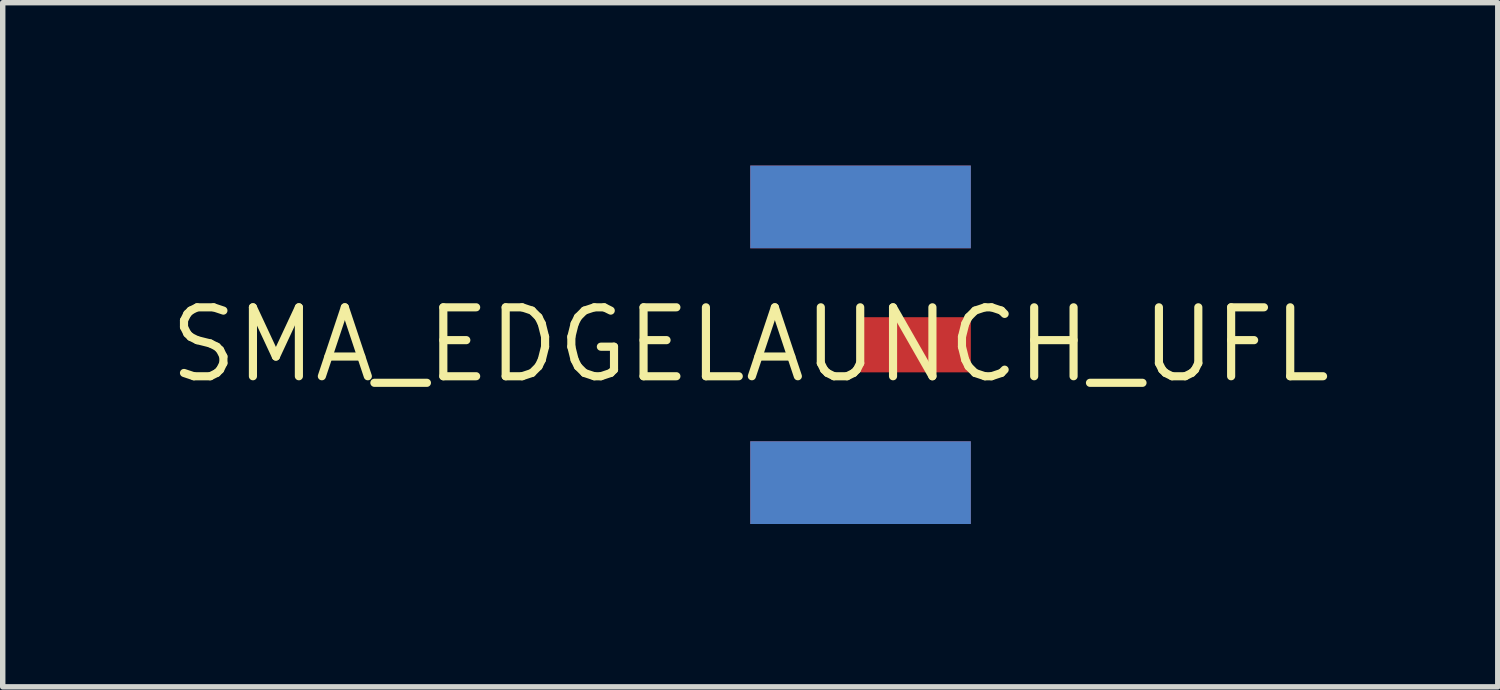
<source format=kicad_pcb>
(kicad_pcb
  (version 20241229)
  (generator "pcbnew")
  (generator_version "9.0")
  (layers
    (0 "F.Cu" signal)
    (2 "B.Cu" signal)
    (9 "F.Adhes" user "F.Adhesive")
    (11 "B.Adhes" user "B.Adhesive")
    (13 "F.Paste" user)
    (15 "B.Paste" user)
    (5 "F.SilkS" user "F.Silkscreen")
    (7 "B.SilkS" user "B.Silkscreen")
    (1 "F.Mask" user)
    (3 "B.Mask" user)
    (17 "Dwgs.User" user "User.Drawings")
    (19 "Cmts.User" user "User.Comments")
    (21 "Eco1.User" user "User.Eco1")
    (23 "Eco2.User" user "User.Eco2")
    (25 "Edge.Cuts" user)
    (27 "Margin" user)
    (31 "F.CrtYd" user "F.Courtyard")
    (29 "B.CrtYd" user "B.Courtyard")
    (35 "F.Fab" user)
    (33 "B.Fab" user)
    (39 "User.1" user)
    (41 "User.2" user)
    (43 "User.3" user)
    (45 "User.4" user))
  (footprint "SMA_EDGELAUNCH_UFL"
    (layer "F.Cu")
    (at 10.772 3.302)
    (property "Reference" "SMA_EDGELAUNCH_UFL" (at 0 0 0) (layer "F.SilkS") (effects (font (size 1.27 1.27) (thickness 0.15))))
    (fp_rect (start 0.889 -0.938) (end 3.226 -1.853) (stroke (width 0) (type default)) (fill yes) (layer "F.Mask"))
    (fp_rect (start 3.226 0.938) (end 0.889 1.853) (stroke (width 0) (type default)) (fill yes) (layer "F.Mask"))
    (fp_rect (start 0.991 -0.989) (end 3.124 -1.802) (stroke (width 0) (type default)) (fill yes) (layer "F.Paste"))
    (fp_rect (start 3.124 0.989) (end 0.991 1.802) (stroke (width 0) (type default)) (fill yes) (layer "F.Paste"))
    (fp_rect (start 3.2 0.483) (end 3.962 -0.482) (stroke (width 0) (type default)) (fill yes) (layer "F.Paste"))
    (fp_line (start -9.207 2.54) (end -9.207 -2.54) (stroke (width 0.203) (type solid)) (layer "User.4"))
    (fp_line (start -8.255 -2.54) (end -9.207 -2.54) (stroke (width 0.203) (type solid)) (layer "User.4"))
    (fp_line (start -8.255 -2.54) (end -8.255 -3.175) (stroke (width 0.203) (type solid)) (layer "User.4"))
    (fp_line (start -8.255 2.54) (end -9.207 2.54) (stroke (width 0.203) (type solid)) (layer "User.4"))
    (fp_line (start -8.255 2.54) (end -8.255 -2.54) (stroke (width 0.203) (type solid)) (layer "User.4"))
    (fp_line (start -8.255 3.175) (end -8.255 2.54) (stroke (width 0.203) (type solid)) (layer "User.4"))
    (fp_line (start -7.62 -3.175) (end -8.255 -3.175) (stroke (width 0.203) (type solid)) (layer "User.4"))
    (fp_line (start -7.62 3.175) (end -8.255 -3.175) (stroke (width 0.203) (type solid)) (layer "User.4"))
    (fp_line (start -7.62 3.175) (end -8.255 3.175) (stroke (width 0.203) (type solid)) (layer "User.4"))
    (fp_line (start -6.985 -3.175) (end -7.62 -3.175) (stroke (width 0.203) (type solid)) (layer "User.4"))
    (fp_line (start -6.985 3.175) (end -7.62 -3.175) (stroke (width 0.203) (type solid)) (layer "User.4"))
    (fp_line (start -6.985 3.175) (end -7.62 3.175) (stroke (width 0.203) (type solid)) (layer "User.4"))
    (fp_line (start -6.35 -3.175) (end -6.985 -3.175) (stroke (width 0.203) (type solid)) (layer "User.4"))
    (fp_line (start -6.35 3.175) (end -6.985 -3.175) (stroke (width 0.203) (type solid)) (layer "User.4"))
    (fp_line (start -6.35 3.175) (end -6.985 3.175) (stroke (width 0.203) (type solid)) (layer "User.4"))
    (fp_line (start -5.715 -3.175) (end -6.35 -3.175) (stroke (width 0.203) (type solid)) (layer "User.4"))
    (fp_line (start -5.715 3.175) (end -6.35 -3.175) (stroke (width 0.203) (type solid)) (layer "User.4"))
    (fp_line (start -5.715 3.175) (end -6.35 3.175) (stroke (width 0.203) (type solid)) (layer "User.4"))
    (fp_line (start -5.08 -3.175) (end -5.715 -3.175) (stroke (width 0.203) (type solid)) (layer "User.4"))
    (fp_line (start -5.08 3.175) (end -5.715 -3.175) (stroke (width 0.203) (type solid)) (layer "User.4"))
    (fp_line (start -5.08 3.175) (end -5.715 3.175) (stroke (width 0.203) (type solid)) (layer "User.4"))
    (fp_line (start -4.445 -3.175) (end -5.08 -3.175) (stroke (width 0.203) (type solid)) (layer "User.4"))
    (fp_line (start -4.445 3.175) (end -5.08 -3.175) (stroke (width 0.203) (type solid)) (layer "User.4"))
    (fp_line (start -4.445 3.175) (end -5.08 3.175) (stroke (width 0.203) (type solid)) (layer "User.4"))
    (fp_line (start -3.81 3.175) (end -4.445 -3.175) (stroke (width 0.203) (type solid)) (layer "User.4"))
    (fp_line (start -3.493 -3.175) (end -4.445 -3.175) (stroke (width 0.203) (type solid)) (layer "User.4"))
    (fp_line (start -3.493 -2.54) (end -3.493 -3.175) (stroke (width 0.203) (type solid)) (layer "User.4"))
    (fp_line (start -3.493 3.175) (end -4.445 3.175) (stroke (width 0.203) (type solid)) (layer "User.4"))
    (fp_line (start -3.493 3.175) (end -3.493 2.54) (stroke (width 0.203) (type solid)) (layer "User.4"))
    (fp_line (start -1.587 -2.54) (end -3.493 -2.54) (stroke (width 0.203) (type solid)) (layer "User.4"))
    (fp_line (start -1.587 2.54) (end -3.493 2.54) (stroke (width 0.203) (type solid)) (layer "User.4"))
    (fp_line (start -1.587 2.54) (end -1.587 -2.54) (stroke (width 0.203) (type solid)) (layer "User.4"))
    (fp_line (start 0.757 -0.7) (end 0.757 -2.1) (stroke (width 0.203) (type solid)) (layer "User.4"))
    (fp_line (start 0.757 2.1) (end 0.757 0.7) (stroke (width 0.203) (type solid)) (layer "User.4"))
    (fp_line (start 3.357 -2.1) (end 0.757 -2.1) (stroke (width 0.203) (type solid)) (layer "User.4"))
    (fp_line (start 3.357 -0.7) (end 3.357 -2.1) (stroke (width 0.203) (type solid)) (layer "User.4"))
    (fp_line (start 3.357 2.1) (end 0.757 2.1) (stroke (width 0.203) (type solid)) (layer "User.4"))
    (fp_line (start 3.357 2.1) (end 3.357 0.7) (stroke (width 0.203) (type solid)) (layer "User.4"))
    (fp_line (start 3.457 -0.7) (end 3.457 -2) (stroke (width 0.203) (type solid)) (layer "User.4"))
    (fp_line (start 3.457 2) (end 3.457 0.7) (stroke (width 0.203) (type solid)) (layer "User.4"))
    (fp_line (start 3.558 -2.1) (end 3.357 -2.1) (stroke (width 0.203) (type solid)) (layer "User.4"))
    (fp_line (start 3.558 -0.7) (end 3.357 -0.7) (stroke (width 0.203) (type solid)) (layer "User.4"))
    (fp_line (start 3.558 -0.7) (end 3.558 -2.1) (stroke (width 0.203) (type solid)) (layer "User.4"))
    (fp_line (start 3.558 0.7) (end 3.357 0.7) (stroke (width 0.203) (type solid)) (layer "User.4"))
    (fp_line (start 3.558 2.1) (end 3.357 2.1) (stroke (width 0.203) (type solid)) (layer "User.4"))
    (fp_line (start 3.558 2.1) (end 3.558 0.7) (stroke (width 0.203) (type solid)) (layer "User.4"))
    (fp_rect (start 0 0.318) (end 3.175 -0.317) (stroke (width 0.1) (type default)) (fill no) (layer "User.4"))
    (fp_poly (pts (xy 0 0) (xy 0.254 0) (xy 0.254 -0.254) (xy 0 -0.254)) (stroke (width 0.1) (type default)) (fill no) (layer "User.4"))
    (fp_poly (pts (xy 0 0) (xy 0.254 0) (xy 0.254 -0.254) (xy 0 -0.254)) (stroke (width 0.1) (type default)) (fill no) (layer "User.4"))
    (pad "GND@1" smd rect (at 2.032 2.54 90) (size 1.524 4.064) (layers "F.Cu" "F.Mask" "F.Paste"))
    (pad "GND@2" smd rect (at 2.032 -2.54 90) (size 1.524 4.064) (layers "F.Cu" "F.Mask" "F.Paste"))
    (pad "GND@3" smd rect (at 2.032 -2.54 90) (size 1.524 4.064) (layers "B.Cu" "B.Mask" "B.Paste"))
    (pad "GND@4" smd rect (at 2.032 2.54 90) (size 1.524 4.064) (layers "B.Cu" "B.Mask" "B.Paste"))
    (pad "P" smd rect (at 3.048 0 90) (size 1.016 2.032) (layers "F.Cu" "F.Mask" "F.Paste")))
  (gr_rect
    (start -3 -3)
    (end 24.544 9.604)
    (stroke (width 0.1) (type default))
    (fill no)
    (layer "Edge.Cuts")))
</source>
